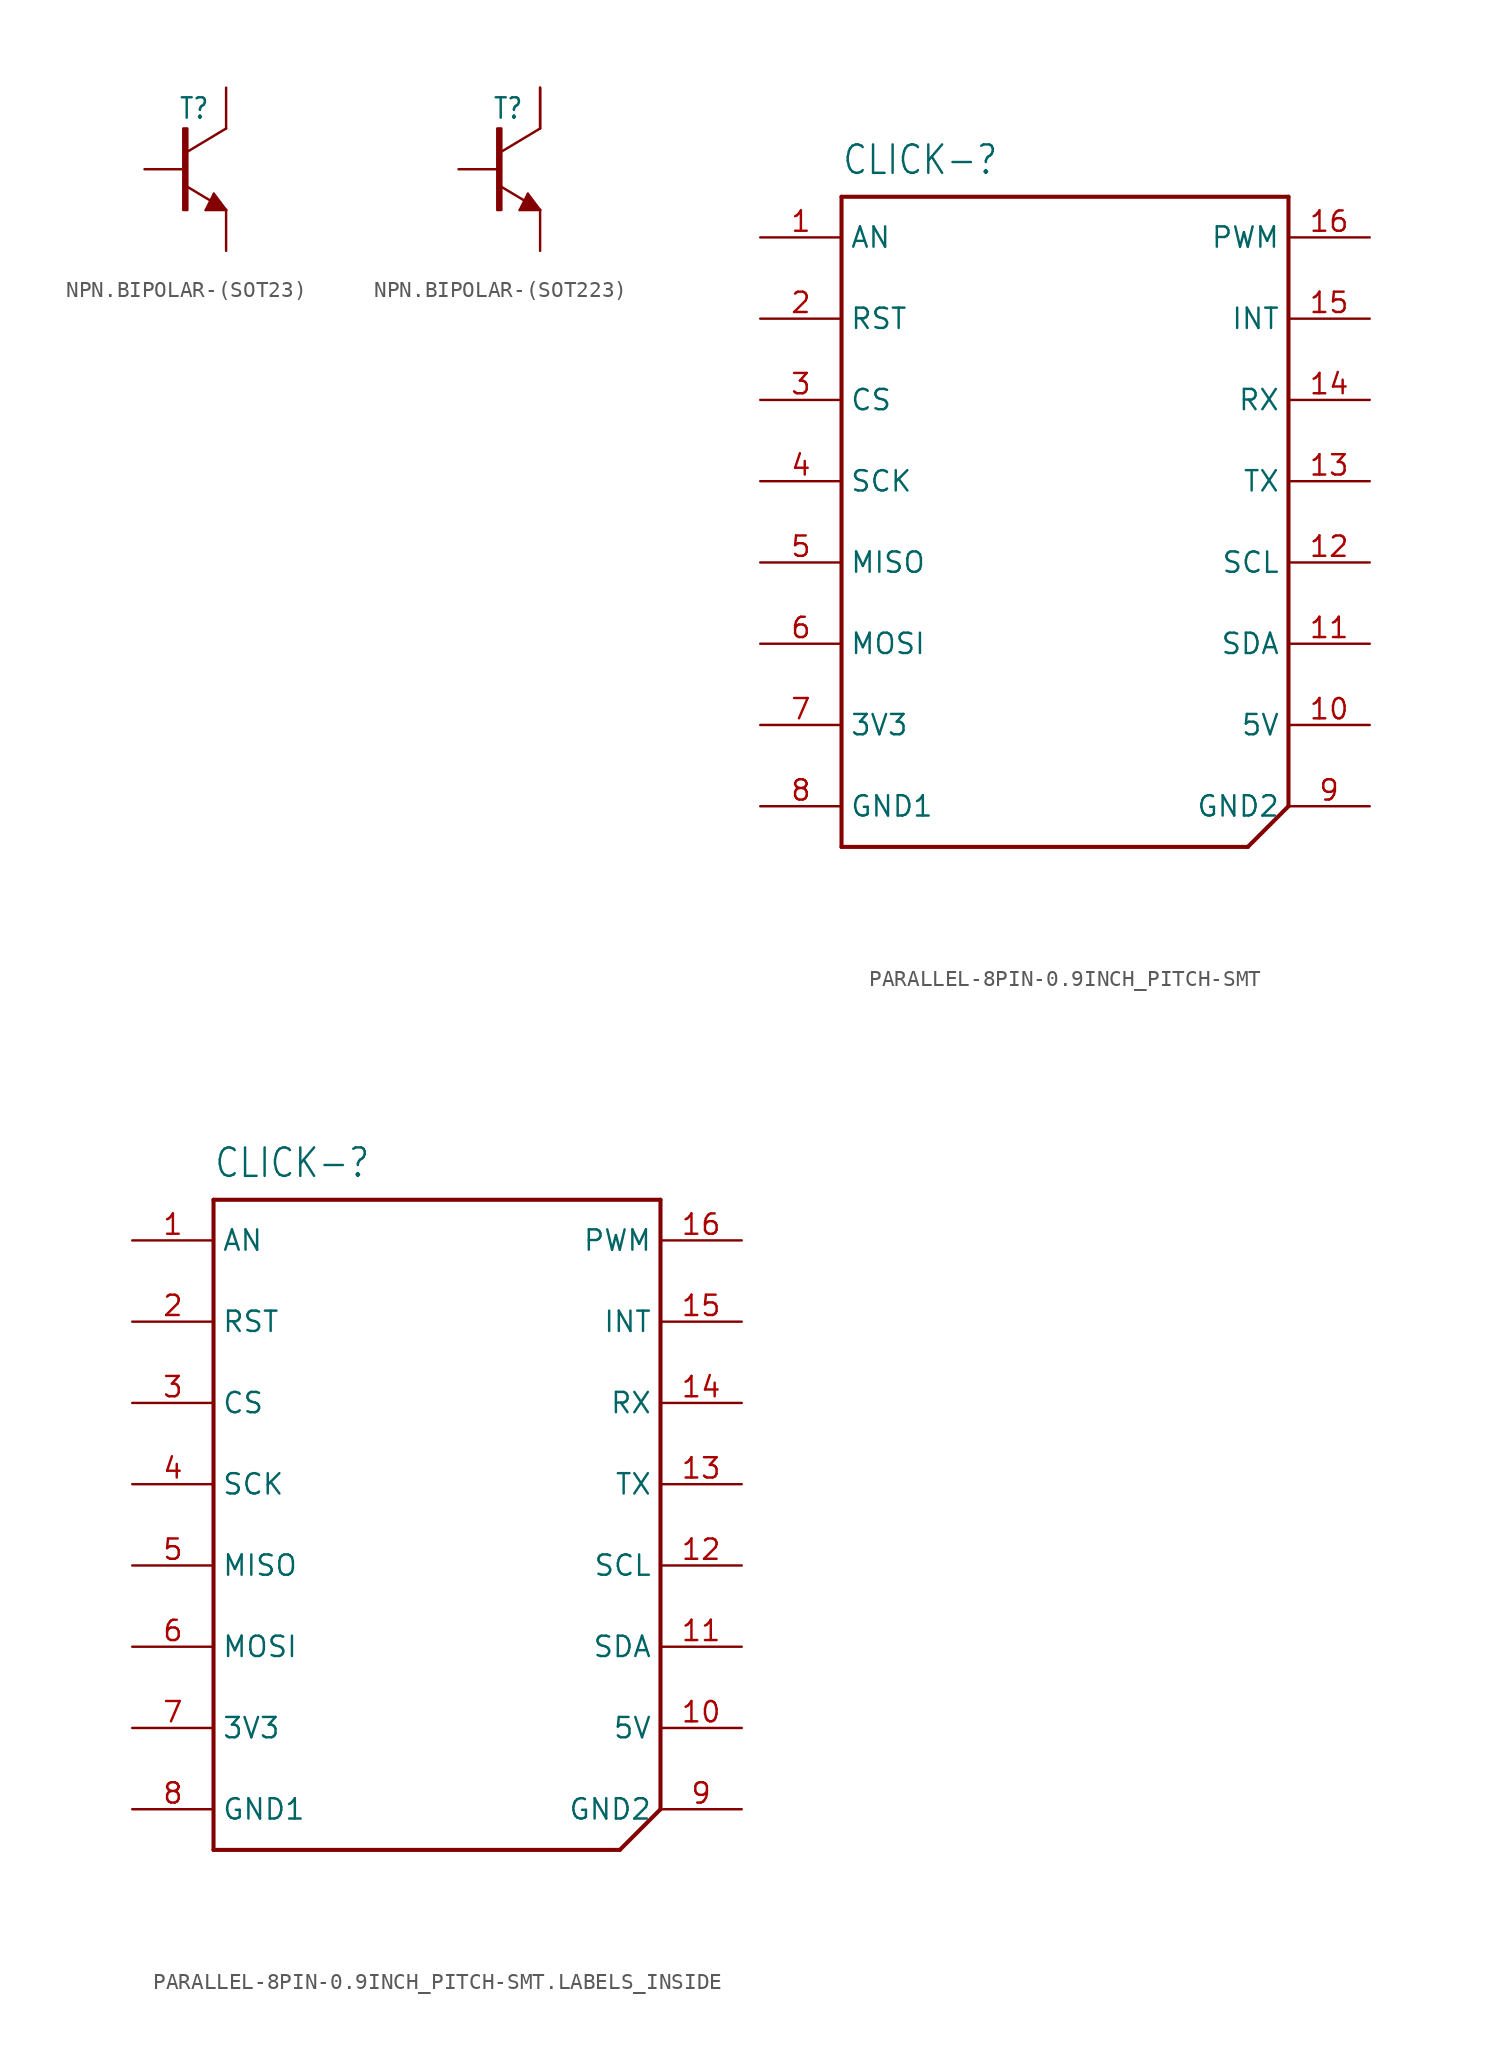
<source format=kicad_sym>
(kicad_symbol_lib
  (version 20231120)
  (generator "kicad_symbol_editor")
  (generator_version "8.0")
  (symbol "NPN.BIPOLAR-(SOT23)"
    (property "Reference" "T"
      (at 1.524 3.048 0)
      (effects (font (size 1.27 1.079)) (justify right bottom)))
    (property "Value" ""
      (at 2.54 0 0)
      (effects (font (size 1.27 1.079)) (justify left)))
    (property "ki_locked" ""
      (at 0 0 0)
      (effects (font (size 1.27 1.27))))
    (symbol "NPN.BIPOLAR-(SOT23)_1_0"
      (rectangle (start -0.127 -2.54) (end 0.127 2.54) (stroke (width 0) (type default)) (fill (type outline)))
      (polyline (pts (xy 1.27 -2.54) (xy 1.778 -1.524)) (stroke (width 0.152) (type solid)) (fill (type none)))
      (polyline (pts (xy 1.422 -2.438) (xy 2.286 -2.464)) (stroke (width 0.152) (type solid)) (fill (type none)))
      (polyline (pts (xy 1.6 -2.362) (xy 2.083 -2.362)) (stroke (width 0.152) (type solid)) (fill (type none)))
      (polyline (pts (xy 1.727 -2.311) (xy 1.88 -2.261)) (stroke (width 0.152) (type solid)) (fill (type none)))
      (polyline (pts (xy 1.778 -1.524) (xy 2.54 -2.54)) (stroke (width 0.152) (type solid)) (fill (type none)))
      (polyline (pts (xy 1.803 -1.854) (xy 1.6 -2.362)) (stroke (width 0.152) (type solid)) (fill (type none)))
      (polyline (pts (xy 1.803 -1.702) (xy 1.422 -2.438)) (stroke (width 0.152) (type solid)) (fill (type none)))
      (polyline (pts (xy 1.829 -2.032) (xy 1.727 -2.311)) (stroke (width 0.152) (type solid)) (fill (type none)))
      (polyline (pts (xy 2.083 -2.362) (xy 1.829 -2.032)) (stroke (width 0.152) (type solid)) (fill (type none)))
      (polyline (pts (xy 2.286 -2.464) (xy 1.803 -1.854)) (stroke (width 0.152) (type solid)) (fill (type none)))
      (polyline (pts (xy 2.515 -2.54) (xy 1.27 -2.54)) (stroke (width 0.152) (type solid)) (fill (type none)))
      (polyline (pts (xy 2.515 -2.54) (xy 1.803 -1.702)) (stroke (width 0.152) (type solid)) (fill (type none)))
      (polyline (pts (xy 2.54 -2.54) (xy 0 -1.016)) (stroke (width 0.152) (type solid)) (fill (type none)))
      (polyline (pts (xy 2.54 -2.54) (xy 2.515 -2.54)) (stroke (width 0.152) (type solid)) (fill (type none)))
      (polyline (pts (xy 2.54 2.54) (xy 0 1.016)) (stroke (width 0.152) (type solid)) (fill (type none)))
      (pin passive line (at -2.54 0 0) (length 2.54) (name "B" (effects (font (size 0 0)))) (number "1" (effects (font (size 0 0)))))
      (pin passive line (at 2.54 -5.08 90) (length 2.54) (name "E" (effects (font (size 0 0)))) (number "2" (effects (font (size 0 0)))))
      (pin passive line (at 2.54 5.08 270) (length 2.54) (name "C" (effects (font (size 0 0)))) (number "3" (effects (font (size 0 0)))))))
  (symbol "NPN.BIPOLAR-(SOT223)"
    (property "Reference" "T"
      (at 1.524 3.048 0)
      (effects (font (size 1.27 1.079)) (justify right bottom)))
    (property "Value" ""
      (at 2.54 0 0)
      (effects (font (size 1.27 1.079)) (justify left)))
    (property "ki_locked" ""
      (at 0 0 0)
      (effects (font (size 1.27 1.27))))
    (symbol "NPN.BIPOLAR-(SOT223)_1_0"
      (rectangle (start -0.127 -2.54) (end 0.127 2.54) (stroke (width 0) (type default)) (fill (type outline)))
      (polyline (pts (xy 1.27 -2.54) (xy 1.778 -1.524)) (stroke (width 0.152) (type solid)) (fill (type none)))
      (polyline (pts (xy 1.422 -2.438) (xy 2.286 -2.464)) (stroke (width 0.152) (type solid)) (fill (type none)))
      (polyline (pts (xy 1.6 -2.362) (xy 2.083 -2.362)) (stroke (width 0.152) (type solid)) (fill (type none)))
      (polyline (pts (xy 1.727 -2.311) (xy 1.88 -2.261)) (stroke (width 0.152) (type solid)) (fill (type none)))
      (polyline (pts (xy 1.778 -1.524) (xy 2.54 -2.54)) (stroke (width 0.152) (type solid)) (fill (type none)))
      (polyline (pts (xy 1.803 -1.854) (xy 1.6 -2.362)) (stroke (width 0.152) (type solid)) (fill (type none)))
      (polyline (pts (xy 1.803 -1.702) (xy 1.422 -2.438)) (stroke (width 0.152) (type solid)) (fill (type none)))
      (polyline (pts (xy 1.829 -2.032) (xy 1.727 -2.311)) (stroke (width 0.152) (type solid)) (fill (type none)))
      (polyline (pts (xy 2.083 -2.362) (xy 1.829 -2.032)) (stroke (width 0.152) (type solid)) (fill (type none)))
      (polyline (pts (xy 2.286 -2.464) (xy 1.803 -1.854)) (stroke (width 0.152) (type solid)) (fill (type none)))
      (polyline (pts (xy 2.515 -2.54) (xy 1.27 -2.54)) (stroke (width 0.152) (type solid)) (fill (type none)))
      (polyline (pts (xy 2.515 -2.54) (xy 1.803 -1.702)) (stroke (width 0.152) (type solid)) (fill (type none)))
      (polyline (pts (xy 2.54 -2.54) (xy 0 -1.016)) (stroke (width 0.152) (type solid)) (fill (type none)))
      (polyline (pts (xy 2.54 -2.54) (xy 2.515 -2.54)) (stroke (width 0.152) (type solid)) (fill (type none)))
      (polyline (pts (xy 2.54 2.54) (xy 0 1.016)) (stroke (width 0.152) (type solid)) (fill (type none)))
      (pin passive line (at -2.54 0 0) (length 2.54) (name "B" (effects (font (size 0 0)))) (number "1" (effects (font (size 0 0)))))
      (pin passive line (at 2.54 5.08 270) (length 2.54) (name "C" (effects (font (size 0 0)))) (number "2" (effects (font (size 0 0)))))
      (pin passive line (at 2.54 -5.08 90) (length 2.54) (name "E" (effects (font (size 0 0)))) (number "3" (effects (font (size 0 0)))))
      (pin passive line (at 2.54 5.08 270) (length 2.54) (name "C" (effects (font (size 0 0)))) (number "4" (effects (font (size 0 0)))))))
  (symbol "PARALLEL-8PIN-0.9INCH_PITCH-SMT"
    (property "Reference" "CLICK-"
      (at -15.24 21.59 0)
      (effects (font (size 1.778 1.511)) (justify left bottom)))
    (property "Value" ""
      (at -15.24 -22.86 0)
      (effects (font (size 1.778 1.511)) (justify left bottom)))
    (property "ki_locked" ""
      (at 0 0 0)
      (effects (font (size 1.27 1.27))))
    (symbol "PARALLEL-8PIN-0.9INCH_PITCH-SMT_1_0"
      (polyline (pts (xy -15.24 -20.32) (xy -15.24 20.32)) (stroke (width 0.254) (type solid)) (fill (type none)))
      (polyline (pts (xy -15.24 20.32) (xy 12.7 20.32)) (stroke (width 0.254) (type solid)) (fill (type none)))
      (polyline (pts (xy 10.16 -20.32) (xy -15.24 -20.32)) (stroke (width 0.254) (type solid)) (fill (type none)))
      (polyline (pts (xy 12.7 -17.78) (xy 10.16 -20.32)) (stroke (width 0.254) (type solid)) (fill (type none)))
      (polyline (pts (xy 12.7 20.32) (xy 12.7 -17.78)) (stroke (width 0.254) (type solid)) (fill (type none)))
      (pin bidirectional line (at -20.32 17.78 0) (length 5.08) (name "AN" (effects (font (size 1.27 1.27)))) (number "1" (effects (font (size 1.27 1.27)))))
      (pin bidirectional line (at 17.78 -12.7 180) (length 5.08) (name "5V" (effects (font (size 1.27 1.27)))) (number "10" (effects (font (size 1.27 1.27)))))
      (pin bidirectional line (at 17.78 -7.62 180) (length 5.08) (name "SDA" (effects (font (size 1.27 1.27)))) (number "11" (effects (font (size 1.27 1.27)))))
      (pin bidirectional line (at 17.78 -2.54 180) (length 5.08) (name "SCL" (effects (font (size 1.27 1.27)))) (number "12" (effects (font (size 1.27 1.27)))))
      (pin bidirectional line (at 17.78 2.54 180) (length 5.08) (name "TX" (effects (font (size 1.27 1.27)))) (number "13" (effects (font (size 1.27 1.27)))))
      (pin bidirectional line (at 17.78 7.62 180) (length 5.08) (name "RX" (effects (font (size 1.27 1.27)))) (number "14" (effects (font (size 1.27 1.27)))))
      (pin bidirectional line (at 17.78 12.7 180) (length 5.08) (name "INT" (effects (font (size 1.27 1.27)))) (number "15" (effects (font (size 1.27 1.27)))))
      (pin bidirectional line (at 17.78 17.78 180) (length 5.08) (name "PWM" (effects (font (size 1.27 1.27)))) (number "16" (effects (font (size 1.27 1.27)))))
      (pin bidirectional line (at -20.32 12.7 0) (length 5.08) (name "RST" (effects (font (size 1.27 1.27)))) (number "2" (effects (font (size 1.27 1.27)))))
      (pin bidirectional line (at -20.32 7.62 0) (length 5.08) (name "CS" (effects (font (size 1.27 1.27)))) (number "3" (effects (font (size 1.27 1.27)))))
      (pin bidirectional line (at -20.32 2.54 0) (length 5.08) (name "SCK" (effects (font (size 1.27 1.27)))) (number "4" (effects (font (size 1.27 1.27)))))
      (pin bidirectional line (at -20.32 -2.54 0) (length 5.08) (name "MISO" (effects (font (size 1.27 1.27)))) (number "5" (effects (font (size 1.27 1.27)))))
      (pin bidirectional line (at -20.32 -7.62 0) (length 5.08) (name "MOSI" (effects (font (size 1.27 1.27)))) (number "6" (effects (font (size 1.27 1.27)))))
      (pin bidirectional line (at -20.32 -12.7 0) (length 5.08) (name "3V3" (effects (font (size 1.27 1.27)))) (number "7" (effects (font (size 1.27 1.27)))))
      (pin bidirectional line (at -20.32 -17.78 0) (length 5.08) (name "GND1" (effects (font (size 1.27 1.27)))) (number "8" (effects (font (size 1.27 1.27)))))
      (pin bidirectional line (at 17.78 -17.78 180) (length 5.08) (name "GND2" (effects (font (size 1.27 1.27)))) (number "9" (effects (font (size 1.27 1.27)))))))
  (symbol "PARALLEL-8PIN-0.9INCH_PITCH-SMT.LABELS_INSIDE"
    (property "Reference" "CLICK-"
      (at -15.24 21.59 0)
      (effects (font (size 1.778 1.511)) (justify left bottom)))
    (property "Value" ""
      (at -15.24 -22.86 0)
      (effects (font (size 1.778 1.511)) (justify left bottom)))
    (property "ki_locked" ""
      (at 0 0 0)
      (effects (font (size 1.27 1.27))))
    (symbol "PARALLEL-8PIN-0.9INCH_PITCH-SMT.LABELS_INSIDE_1_0"
      (polyline (pts (xy -15.24 -20.32) (xy -15.24 20.32)) (stroke (width 0.254) (type solid)) (fill (type none)))
      (polyline (pts (xy -15.24 20.32) (xy 12.7 20.32)) (stroke (width 0.254) (type solid)) (fill (type none)))
      (polyline (pts (xy 10.16 -20.32) (xy -15.24 -20.32)) (stroke (width 0.254) (type solid)) (fill (type none)))
      (polyline (pts (xy 12.7 -17.78) (xy 10.16 -20.32)) (stroke (width 0.254) (type solid)) (fill (type none)))
      (polyline (pts (xy 12.7 20.32) (xy 12.7 -17.78)) (stroke (width 0.254) (type solid)) (fill (type none)))
      (pin bidirectional line (at -20.32 17.78 0) (length 5.08) (name "AN" (effects (font (size 1.27 1.27)))) (number "1" (effects (font (size 1.27 1.27)))))
      (pin bidirectional line (at 17.78 -12.7 180) (length 5.08) (name "5V" (effects (font (size 1.27 1.27)))) (number "10" (effects (font (size 1.27 1.27)))))
      (pin bidirectional line (at 17.78 -7.62 180) (length 5.08) (name "SDA" (effects (font (size 1.27 1.27)))) (number "11" (effects (font (size 1.27 1.27)))))
      (pin bidirectional line (at 17.78 -2.54 180) (length 5.08) (name "SCL" (effects (font (size 1.27 1.27)))) (number "12" (effects (font (size 1.27 1.27)))))
      (pin bidirectional line (at 17.78 2.54 180) (length 5.08) (name "TX" (effects (font (size 1.27 1.27)))) (number "13" (effects (font (size 1.27 1.27)))))
      (pin bidirectional line (at 17.78 7.62 180) (length 5.08) (name "RX" (effects (font (size 1.27 1.27)))) (number "14" (effects (font (size 1.27 1.27)))))
      (pin bidirectional line (at 17.78 12.7 180) (length 5.08) (name "INT" (effects (font (size 1.27 1.27)))) (number "15" (effects (font (size 1.27 1.27)))))
      (pin bidirectional line (at 17.78 17.78 180) (length 5.08) (name "PWM" (effects (font (size 1.27 1.27)))) (number "16" (effects (font (size 1.27 1.27)))))
      (pin bidirectional line (at -20.32 12.7 0) (length 5.08) (name "RST" (effects (font (size 1.27 1.27)))) (number "2" (effects (font (size 1.27 1.27)))))
      (pin bidirectional line (at -20.32 7.62 0) (length 5.08) (name "CS" (effects (font (size 1.27 1.27)))) (number "3" (effects (font (size 1.27 1.27)))))
      (pin bidirectional line (at -20.32 2.54 0) (length 5.08) (name "SCK" (effects (font (size 1.27 1.27)))) (number "4" (effects (font (size 1.27 1.27)))))
      (pin bidirectional line (at -20.32 -2.54 0) (length 5.08) (name "MISO" (effects (font (size 1.27 1.27)))) (number "5" (effects (font (size 1.27 1.27)))))
      (pin bidirectional line (at -20.32 -7.62 0) (length 5.08) (name "MOSI" (effects (font (size 1.27 1.27)))) (number "6" (effects (font (size 1.27 1.27)))))
      (pin bidirectional line (at -20.32 -12.7 0) (length 5.08) (name "3V3" (effects (font (size 1.27 1.27)))) (number "7" (effects (font (size 1.27 1.27)))))
      (pin bidirectional line (at -20.32 -17.78 0) (length 5.08) (name "GND1" (effects (font (size 1.27 1.27)))) (number "8" (effects (font (size 1.27 1.27)))))
      (pin bidirectional line (at 17.78 -17.78 180) (length 5.08) (name "GND2" (effects (font (size 1.27 1.27)))) (number "9" (effects (font (size 1.27 1.27))))))))
</source>
